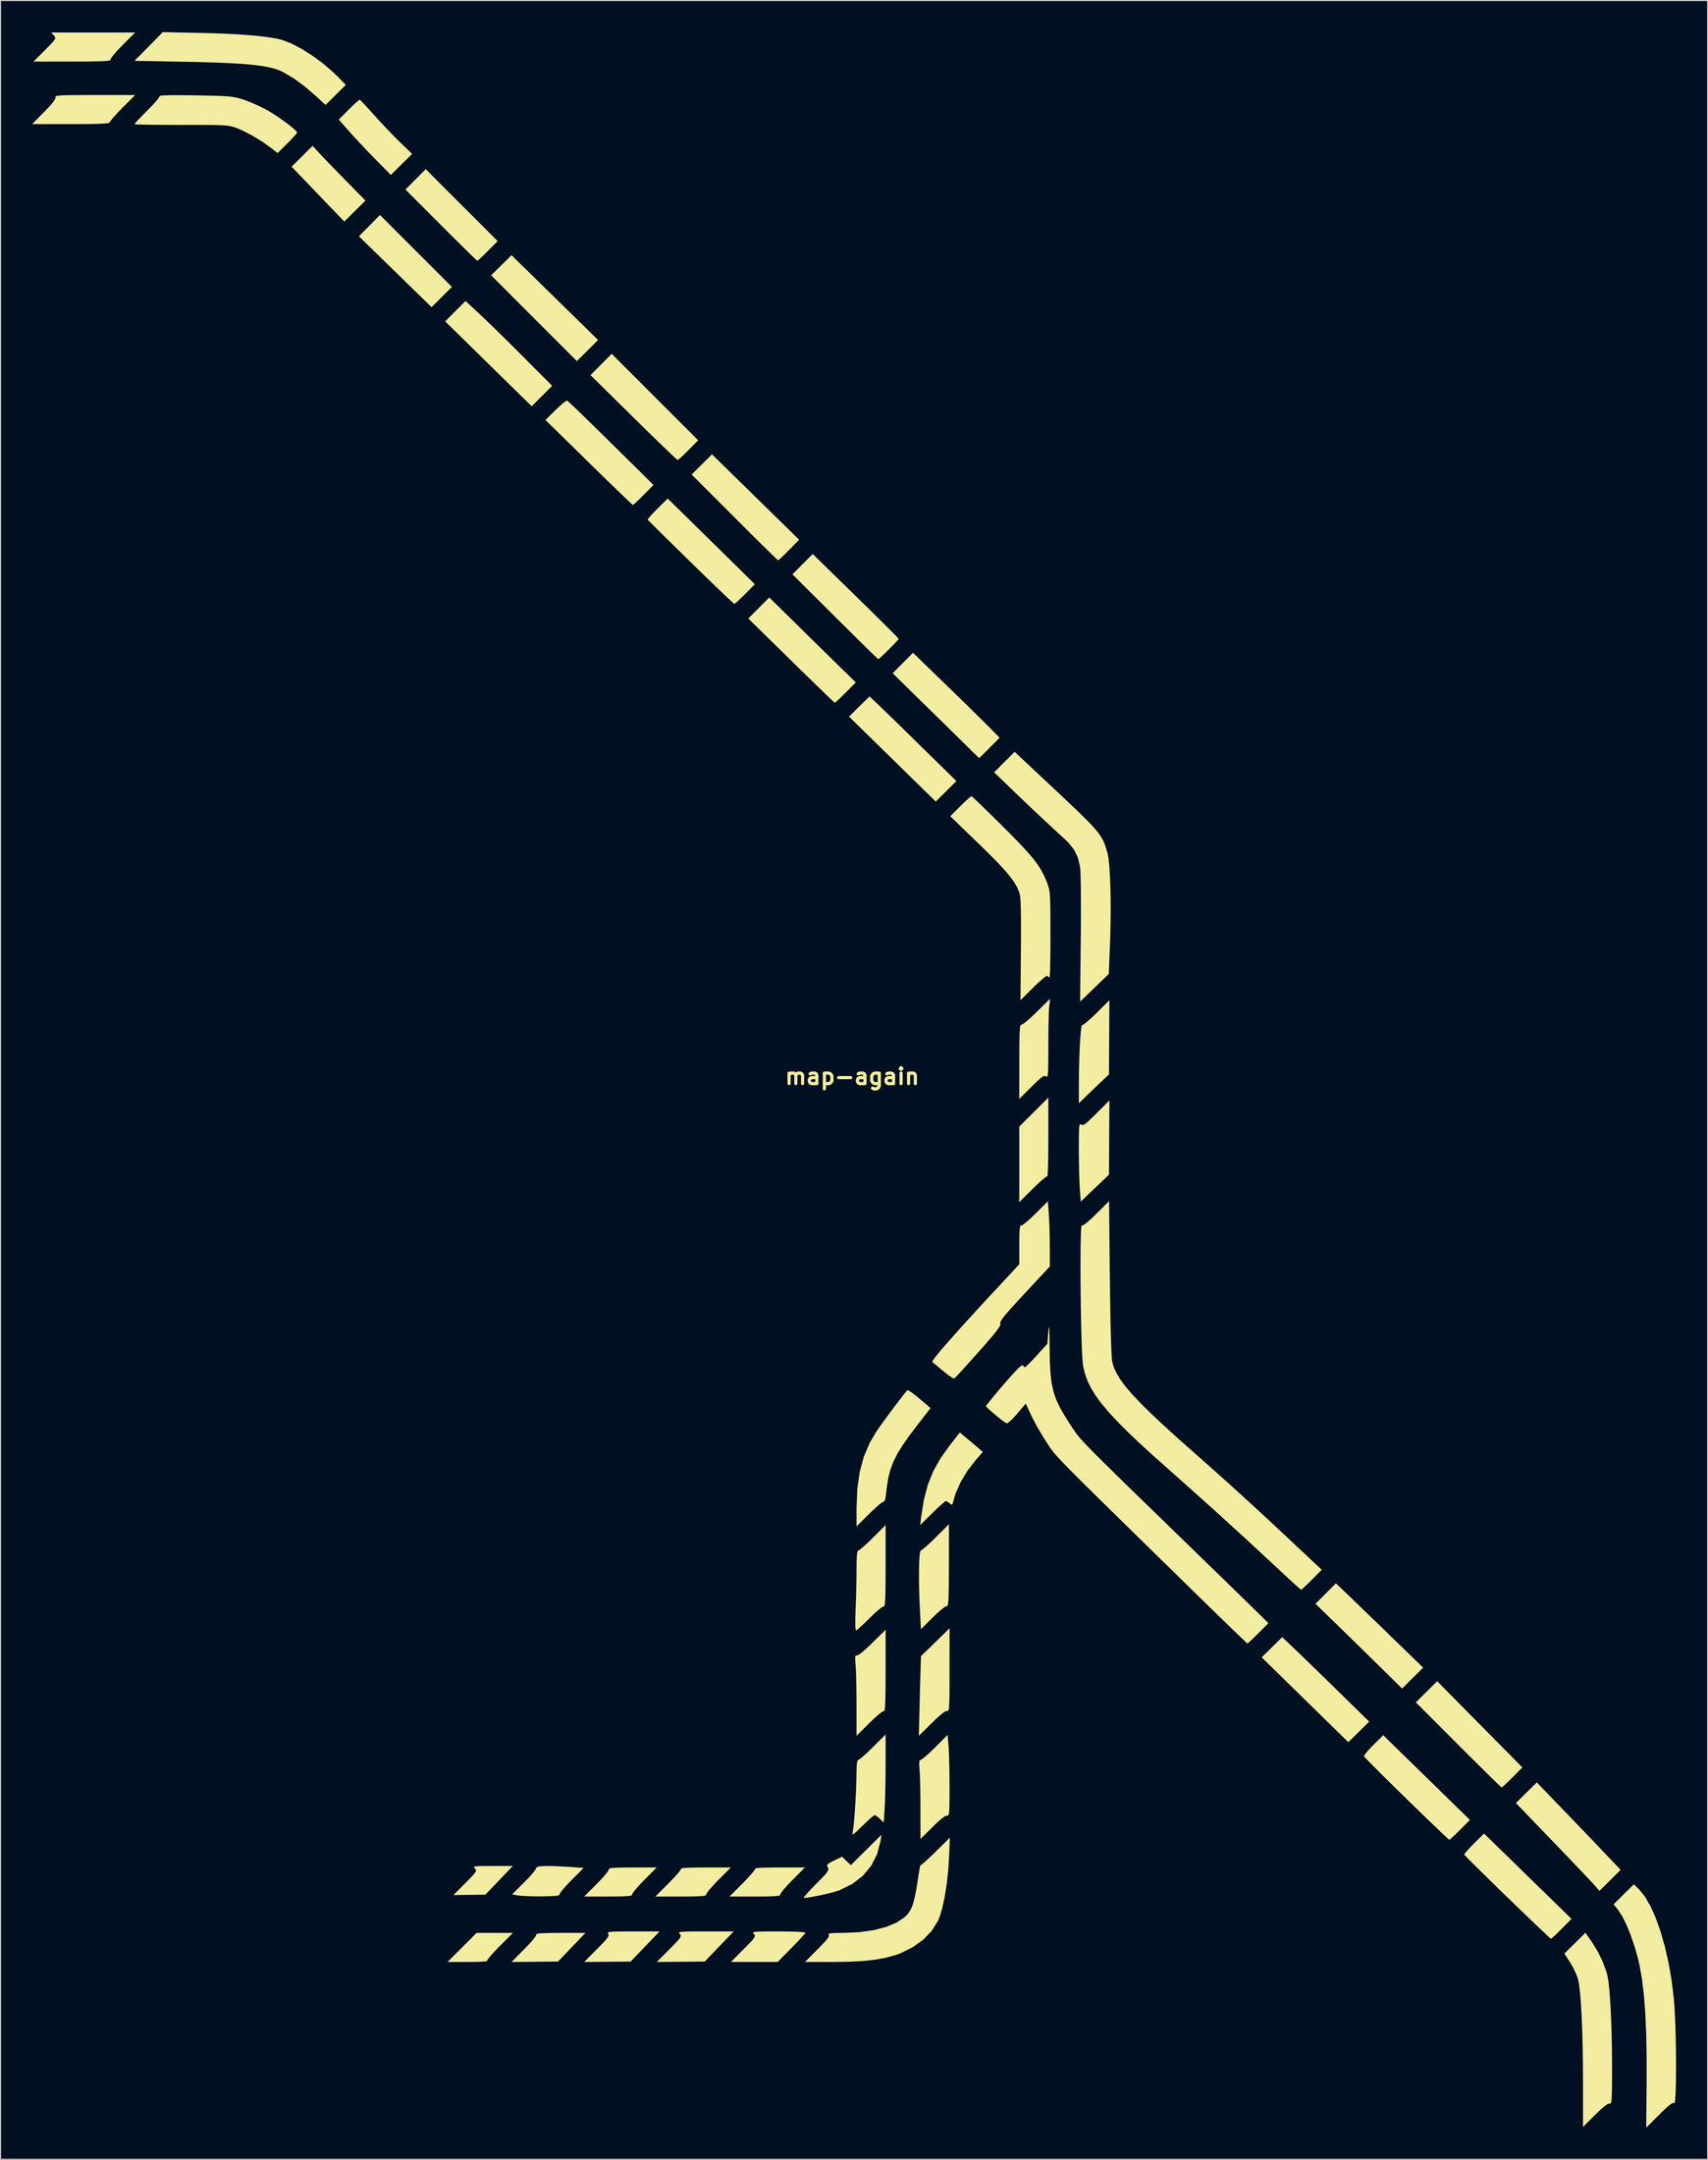
<source format=kicad_pcb>
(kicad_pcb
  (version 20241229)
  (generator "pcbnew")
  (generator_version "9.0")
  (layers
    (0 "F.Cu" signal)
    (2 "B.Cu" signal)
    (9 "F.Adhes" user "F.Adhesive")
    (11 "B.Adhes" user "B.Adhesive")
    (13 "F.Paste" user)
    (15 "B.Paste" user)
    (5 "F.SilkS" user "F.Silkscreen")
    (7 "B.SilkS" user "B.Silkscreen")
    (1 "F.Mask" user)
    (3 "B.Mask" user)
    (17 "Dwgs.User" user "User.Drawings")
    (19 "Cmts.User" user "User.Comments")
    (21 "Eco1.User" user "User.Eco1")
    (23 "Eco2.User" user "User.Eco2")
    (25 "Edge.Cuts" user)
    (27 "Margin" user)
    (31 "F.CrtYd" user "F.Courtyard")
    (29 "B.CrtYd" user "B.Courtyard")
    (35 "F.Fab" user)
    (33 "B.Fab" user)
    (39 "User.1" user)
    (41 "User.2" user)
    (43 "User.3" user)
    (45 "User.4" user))
  (footprint "map-again"
    (layer "F.Cu")
    (at 77.919 99.15)
    (property "Reference" "map-again" (at 0 0 0) (layer "F.SilkS") (effects (font (size 1.5 1.5) (thickness 0.3))))
    (attr board_only exclude_from_pos_files exclude_from_bom)
    (fp_poly (pts (xy -41.448 -78.374) (xy -38.033 -74.958) (xy -38.998 -73.996) (xy -39.964 -73.034) (xy -43.415 -76.401) (xy -46.866 -79.767) (xy -45.865 -80.778) (xy -44.863 -81.789)) (stroke (width 0) (type solid)) (fill yes) (layer "F.SilkS"))
    (fp_poly (pts (xy -28.256 -73.947) (xy -24.142 -69.919) (xy -25.153 -68.919) (xy -26.163 -67.92) (xy -30.233 -71.991) (xy -34.302 -76.062) (xy -33.336 -77.018) (xy -32.371 -77.974)) (stroke (width 0) (type solid)) (fill yes) (layer "F.SilkS"))
    (fp_poly (pts (xy -50.729 -87.766) (xy -50.464 -87.482) (xy -50.046 -87.044) (xy -49.514 -86.492) (xy -48.908 -85.869) (xy -48.27 -85.217) (xy -48.221 -85.166) (xy -46.25 -83.158) (xy -47.253 -82.163) (xy -48.255 -81.167) (xy -50.76 -83.77) (xy -53.265 -86.373) (xy -52.266 -87.365) (xy -51.267 -88.357)) (stroke (width 0) (type solid)) (fill yes) (layer "F.SilkS"))
    (fp_poly (pts (xy -35.383 -72.368) (xy -34.911 -71.922) (xy -34.288 -71.322) (xy -33.558 -70.61) (xy -32.763 -69.828) (xy -31.947 -69.019) (xy -31.268 -68.341) (xy -28.508 -65.571) (xy -29.48 -64.599) (xy -30.452 -63.627) (xy -34.562 -67.659) (xy -38.673 -71.69) (xy -37.706 -72.658) (xy -36.738 -73.625)) (stroke (width 0) (type solid)) (fill yes) (layer "F.SilkS"))
    (fp_poly (pts (xy 2.723 -35.06) (xy 3.1 -34.698) (xy 3.638 -34.177) (xy 4.301 -33.532) (xy 5.051 -32.799) (xy 5.854 -32.014) (xy 6.674 -31.21) (xy 6.847 -31.04) (xy 9.897 -28.043) (xy 8.917 -27.072) (xy 7.938 -26.102) (xy 3.819 -30.134) (xy -0.3 -34.166) (xy 0.674 -35.125) (xy 1.649 -36.083)) (stroke (width 0) (type solid)) (fill yes) (layer "F.SilkS"))
    (fp_poly (pts (xy 8.93 -37.169) (xy 9.756 -36.367) (xy 10.565 -35.579) (xy 11.324 -34.838) (xy 11.998 -34.176) (xy 12.552 -33.629) (xy 12.953 -33.23) (xy 13.043 -33.14) (xy 14.007 -32.162) (xy 13.036 -31.191) (xy 12.066 -30.221) (xy 7.955 -34.252) (xy 3.844 -38.284) (xy 4.812 -39.252) (xy 5.781 -40.22)) (stroke (width 0) (type solid)) (fill yes) (layer "F.SilkS"))
    (fp_poly (pts (xy 41.649 53.979) (xy 41.943 54.258) (xy 42.404 54.7) (xy 43 55.277) (xy 43.703 55.958) (xy 44.48 56.714) (xy 45.302 57.515) (xy 45.785 57.988) (xy 49.122 61.251) (xy 48.132 62.229) (xy 47.142 63.206) (xy 43.025 59.177) (xy 38.907 55.148) (xy 39.879 54.191) (xy 40.85 53.234)) (stroke (width 0) (type solid)) (fill yes) (layer "F.SilkS"))
    (fp_poly (pts (xy -33.517 82.592) (xy -33.984 83.074) (xy -34.359 83.489) (xy -34.61 83.797) (xy -34.703 83.96) (xy -34.699 83.972) (xy -34.793 84.007) (xy -35.117 84.036) (xy -35.624 84.057) (xy -36.268 84.068) (xy -36.521 84.068) (xy -38.44 84.068) (xy -37.065 82.688) (xy -35.689 81.308) (xy -33.964 81.308) (xy -32.239 81.308)) (stroke (width 0) (type solid)) (fill yes) (layer "F.SilkS"))
    (fp_poly (pts (xy -26.65 82.669) (xy -27.954 84.031) (xy -30.16 84.05) (xy -32.365 84.068) (xy -31.143 82.841) (xy -30.667 82.343) (xy -30.3 81.923) (xy -30.072 81.616) (xy -30.015 81.461) (xy -30.015 81.46) (xy -29.961 81.4) (xy -29.699 81.356) (xy -29.213 81.327) (xy -28.484 81.311) (xy -27.728 81.308) (xy -25.346 81.308)) (stroke (width 0) (type solid)) (fill yes) (layer "F.SilkS"))
    (fp_poly (pts (xy -37.103 -82.726) (xy -33.685 -79.31) (xy -34.612 -78.376) (xy -35.018 -77.974) (xy -35.351 -77.659) (xy -35.563 -77.473) (xy -35.613 -77.442) (xy -35.724 -77.537) (xy -36.007 -77.804) (xy -36.44 -78.223) (xy -36.998 -78.771) (xy -37.661 -79.425) (xy -38.404 -80.163) (xy -39.065 -80.823) (xy -42.444 -84.204) (xy -41.482 -85.173) (xy -40.52 -86.142)) (stroke (width 0) (type solid)) (fill yes) (layer "F.SilkS"))
    (fp_poly (pts (xy -18.743 -64.504) (xy -14.635 -60.398) (xy -15.562 -59.464) (xy -15.972 -59.061) (xy -16.311 -58.746) (xy -16.534 -58.561) (xy -16.589 -58.53) (xy -16.706 -58.624) (xy -16.998 -58.892) (xy -17.444 -59.314) (xy -18.023 -59.87) (xy -18.714 -60.539) (xy -19.496 -61.301) (xy -20.348 -62.136) (xy -20.776 -62.558) (xy -24.863 -66.585) (xy -23.857 -67.597) (xy -22.851 -68.61)) (stroke (width 0) (type solid)) (fill yes) (layer "F.SilkS"))
    (fp_poly (pts (xy -9.18 -55.01) (xy -5.039 -50.956) (xy -6.001 -49.981) (xy -6.415 -49.568) (xy -6.756 -49.242) (xy -6.978 -49.045) (xy -7.037 -49.005) (xy -7.148 -49.1) (xy -7.432 -49.37) (xy -7.87 -49.795) (xy -8.44 -50.354) (xy -9.123 -51.028) (xy -9.897 -51.796) (xy -10.742 -52.639) (xy -11.181 -53.078) (xy -15.252 -57.15) (xy -14.286 -58.107) (xy -13.321 -59.064)) (stroke (width 0) (type solid)) (fill yes) (layer "F.SilkS"))
    (fp_poly (pts (xy 18.636 5.789) (xy 18.633 6.772) (xy 18.623 7.654) (xy 18.608 8.399) (xy 18.589 8.974) (xy 18.567 9.344) (xy 18.542 9.476) (xy 18.539 9.475) (xy 18.412 9.53) (xy 18.131 9.751) (xy 17.735 10.103) (xy 17.264 10.553) (xy 17.159 10.657) (xy 15.875 11.935) (xy 15.875 8.346) (xy 15.875 4.757) (xy 17.255 3.382) (xy 18.636 2.007)) (stroke (width 0) (type solid)) (fill yes) (layer "F.SilkS"))
    (fp_poly (pts (xy 59.626 61.506) (xy 63.673 65.598) (xy 62.727 66.55) (xy 62.317 66.957) (xy 61.98 67.277) (xy 61.763 67.468) (xy 61.708 67.503) (xy 61.598 67.409) (xy 61.314 67.139) (xy 60.876 66.715) (xy 60.306 66.155) (xy 59.624 65.482) (xy 58.851 64.715) (xy 58.008 63.875) (xy 57.596 63.463) (xy 53.558 59.423) (xy 54.569 58.419) (xy 55.58 57.415)) (stroke (width 0) (type solid)) (fill yes) (layer "F.SilkS"))
    (fp_poly (pts (xy -33.552 76.319) (xy -34.856 77.681) (xy -36.371 77.7) (xy -37.887 77.718) (xy -36.75 76.576) (xy -36.267 76.086) (xy -35.956 75.749) (xy -35.789 75.526) (xy -35.743 75.377) (xy -35.79 75.263) (xy -35.851 75.195) (xy -35.93 75.101) (xy -35.921 75.036) (xy -35.788 74.994) (xy -35.495 74.971) (xy -35.003 74.96) (xy -34.277 74.958) (xy -34.168 74.958) (xy -32.248 74.958)) (stroke (width 0) (type solid)) (fill yes) (layer "F.SilkS"))
    (fp_poly (pts (xy -19.678 82.6) (xy -21.052 84.031) (xy -23.257 84.05) (xy -25.463 84.068) (xy -24.235 82.834) (xy -23.723 82.312) (xy -23.386 81.944) (xy -23.198 81.694) (xy -23.134 81.527) (xy -23.168 81.407) (xy -23.185 81.385) (xy -23.225 81.309) (xy -23.177 81.253) (xy -23.009 81.214) (xy -22.688 81.189) (xy -22.178 81.176) (xy -21.448 81.17) (xy -20.834 81.17) (xy -18.305 81.17)) (stroke (width 0) (type solid)) (fill yes) (layer "F.SilkS"))
    (fp_poly (pts (xy -12.638 82.6) (xy -14.011 84.031) (xy -16.286 84.05) (xy -18.561 84.068) (xy -17.355 82.857) (xy -16.855 82.35) (xy -16.526 81.998) (xy -16.343 81.763) (xy -16.281 81.607) (xy -16.314 81.491) (xy -16.387 81.407) (xy -16.454 81.326) (xy -16.448 81.265) (xy -16.336 81.223) (xy -16.086 81.195) (xy -15.664 81.179) (xy -15.039 81.172) (xy -14.178 81.17) (xy -13.945 81.17) (xy -11.265 81.17)) (stroke (width 0) (type solid)) (fill yes) (layer "F.SilkS"))
    (fp_poly (pts (xy 24.415 -3.724) (xy 24.396 -0.207) (xy 22.965 1.166) (xy 21.535 2.539) (xy 21.535 0.877) (xy 21.542 -0.12) (xy 21.561 -1.112) (xy 21.591 -2.06) (xy 21.63 -2.93) (xy 21.675 -3.683) (xy 21.725 -4.282) (xy 21.777 -4.692) (xy 21.83 -4.874) (xy 21.847 -4.878) (xy 21.989 -4.939) (xy 22.281 -5.164) (xy 22.683 -5.518) (xy 23.153 -5.967) (xy 23.206 -6.019) (xy 24.434 -7.242)) (stroke (width 0) (type solid)) (fill yes) (layer "F.SilkS"))
    (fp_poly (pts (xy 46.964 49.081) (xy 47.321 49.422) (xy 47.841 49.923) (xy 48.489 50.548) (xy 49.231 51.266) (xy 50.033 52.041) (xy 50.859 52.841) (xy 51.108 53.083) (xy 54.247 56.126) (xy 53.248 57.118) (xy 52.249 58.11) (xy 50.041 55.938) (xy 49.239 55.15) (xy 48.352 54.281) (xy 47.451 53.401) (xy 46.608 52.579) (xy 45.924 51.914) (xy 44.016 50.063) (xy 44.987 49.092) (xy 45.958 48.121)) (stroke (width 0) (type solid)) (fill yes) (layer "F.SilkS"))
    (fp_poly (pts (xy 67.109 69.16) (xy 67.893 69.972) (xy 68.771 70.885) (xy 69.669 71.82) (xy 70.511 72.7) (xy 71.094 73.311) (xy 73.011 75.323) (xy 72.005 76.323) (xy 70.999 77.322) (xy 70.542 76.796) (xy 70.341 76.575) (xy 69.974 76.183) (xy 69.465 75.645) (xy 68.839 74.987) (xy 68.122 74.236) (xy 67.338 73.419) (xy 66.573 72.624) (xy 63.061 68.98) (xy 64.051 68) (xy 65.041 67.02)) (stroke (width 0) (type solid)) (fill yes) (layer "F.SilkS"))
    (fp_poly (pts (xy -69.352 -97.887) (xy -69.829 -97.39) (xy -70.196 -96.969) (xy -70.423 -96.663) (xy -70.481 -96.508) (xy -70.48 -96.507) (xy -70.538 -96.457) (xy -70.791 -96.419) (xy -71.255 -96.389) (xy -71.947 -96.37) (xy -72.882 -96.358) (xy -74.077 -96.354) (xy -74.083 -96.354) (xy -77.781 -96.354) (xy -76.688 -97.453) (xy -76.217 -97.931) (xy -75.915 -98.256) (xy -75.757 -98.471) (xy -75.717 -98.618) (xy -75.77 -98.739) (xy -75.85 -98.834) (xy -76.105 -99.115) (xy -72.117 -99.115) (xy -68.13 -99.115)) (stroke (width 0) (type solid)) (fill yes) (layer "F.SilkS"))
    (fp_poly (pts (xy -46.662 -92.621) (xy -46.395 -92.342) (xy -46.017 -91.932) (xy -45.562 -91.43) (xy -45.398 -91.246) (xy -44.796 -90.586) (xy -44.129 -89.878) (xy -43.48 -89.209) (xy -42.959 -88.692) (xy -41.813 -87.589) (xy -42.824 -86.588) (xy -43.834 -85.588) (xy -45.361 -87.14) (xy -45.985 -87.784) (xy -46.633 -88.464) (xy -47.236 -89.111) (xy -47.729 -89.653) (xy -47.832 -89.77) (xy -48.776 -90.847) (xy -47.824 -91.807) (xy -47.41 -92.212) (xy -47.068 -92.524) (xy -46.842 -92.705) (xy -46.781 -92.732)) (stroke (width 0) (type solid)) (fill yes) (layer "F.SilkS"))
    (fp_poly (pts (xy -19.795 76.323) (xy -20.271 76.821) (xy -20.638 77.242) (xy -20.866 77.548) (xy -20.923 77.703) (xy -20.923 77.704) (xy -20.977 77.765) (xy -21.239 77.809) (xy -21.727 77.838) (xy -22.458 77.853) (xy -23.146 77.857) (xy -25.463 77.857) (xy -24.241 76.629) (xy -23.765 76.131) (xy -23.397 75.711) (xy -23.17 75.404) (xy -23.113 75.249) (xy -23.113 75.248) (xy -23.059 75.188) (xy -22.797 75.143) (xy -22.309 75.114) (xy -21.578 75.099) (xy -20.89 75.096) (xy -18.573 75.096)) (stroke (width 0) (type solid)) (fill yes) (layer "F.SilkS"))
    (fp_poly (pts (xy -12.755 76.323) (xy -13.231 76.821) (xy -13.598 77.242) (xy -13.826 77.548) (xy -13.883 77.703) (xy -13.882 77.704) (xy -13.937 77.763) (xy -14.198 77.807) (xy -14.682 77.836) (xy -15.408 77.852) (xy -16.244 77.857) (xy -18.699 77.857) (xy -17.421 76.573) (xy -16.954 76.09) (xy -16.579 75.675) (xy -16.328 75.367) (xy -16.235 75.204) (xy -16.239 75.192) (xy -16.14 75.161) (xy -15.808 75.134) (xy -15.283 75.113) (xy -14.608 75.1) (xy -13.934 75.096) (xy -11.532 75.096)) (stroke (width 0) (type solid)) (fill yes) (layer "F.SilkS"))
    (fp_poly (pts (xy -5.714 76.323) (xy -6.191 76.821) (xy -6.558 77.242) (xy -6.785 77.548) (xy -6.843 77.703) (xy -6.842 77.704) (xy -6.897 77.763) (xy -7.158 77.807) (xy -7.642 77.836) (xy -8.368 77.852) (xy -9.204 77.857) (xy -11.659 77.857) (xy -10.381 76.573) (xy -9.914 76.09) (xy -9.539 75.675) (xy -9.288 75.367) (xy -9.195 75.204) (xy -9.198 75.192) (xy -9.1 75.161) (xy -8.768 75.134) (xy -8.243 75.113) (xy -7.568 75.1) (xy -6.894 75.096) (xy -4.492 75.096)) (stroke (width 0) (type solid)) (fill yes) (layer "F.SilkS"))
    (fp_poly (pts (xy 24.415 5.801) (xy 24.396 9.318) (xy 23.056 10.601) (xy 21.715 11.884) (xy 21.625 10.614) (xy 21.594 10.038) (xy 21.568 9.264) (xy 21.549 8.372) (xy 21.537 7.441) (xy 21.535 6.864) (xy 21.537 5.981) (xy 21.545 5.341) (xy 21.562 4.909) (xy 21.592 4.652) (xy 21.638 4.537) (xy 21.702 4.53) (xy 21.75 4.562) (xy 21.865 4.613) (xy 22.019 4.571) (xy 22.249 4.411) (xy 22.59 4.106) (xy 23.078 3.632) (xy 23.199 3.512) (xy 24.434 2.283)) (stroke (width 0) (type solid)) (fill yes) (layer "F.SilkS"))
    (fp_poly (pts (xy -4.801 -42.452) (xy -3.983 -41.648) (xy -3.175 -40.855) (xy -2.415 -40.108) (xy -1.736 -39.443) (xy -1.175 -38.893) (xy -0.766 -38.493) (xy -0.693 -38.421) (xy 0.34 -37.412) (xy -0.62 -36.445) (xy -1.034 -36.036) (xy -1.374 -35.714) (xy -1.595 -35.521) (xy -1.653 -35.485) (xy -1.764 -35.58) (xy -2.051 -35.848) (xy -2.492 -36.27) (xy -3.068 -36.824) (xy -3.756 -37.492) (xy -4.536 -38.252) (xy -5.388 -39.084) (xy -5.798 -39.486) (xy -9.87 -43.479) (xy -8.873 -44.477) (xy -7.877 -45.475)) (stroke (width 0) (type solid)) (fill yes) (layer "F.SilkS"))
    (fp_poly (pts (xy -28.176 74.971) (xy -27.153 75.024) (xy -26.791 75.048) (xy -25.517 75.138) (xy -26.718 76.345) (xy -27.19 76.838) (xy -27.552 77.254) (xy -27.773 77.556) (xy -27.825 77.704) (xy -27.918 77.756) (xy -28.231 77.796) (xy -28.71 77.824) (xy -29.299 77.84) (xy -29.943 77.842) (xy -30.587 77.83) (xy -31.175 77.805) (xy -31.652 77.765) (xy -31.858 77.735) (xy -32.312 77.649) (xy -31.132 76.477) (xy -30.68 76.01) (xy -30.32 75.601) (xy -30.087 75.294) (xy -30.018 75.132) (xy -30.018 75.131) (xy -29.927 75.036) (xy -29.579 74.977) (xy -28.99 74.955)) (stroke (width 0) (type solid)) (fill yes) (layer "F.SilkS"))
    (fp_poly (pts (xy -26.96 -64.067) (xy -26.66 -63.788) (xy -26.207 -63.356) (xy -25.622 -62.792) (xy -24.927 -62.116) (xy -24.143 -61.349) (xy -23.291 -60.512) (xy -22.912 -60.139) (xy -18.877 -56.157) (xy -19.823 -55.204) (xy -20.233 -54.798) (xy -20.57 -54.479) (xy -20.787 -54.291) (xy -20.841 -54.257) (xy -20.952 -54.352) (xy -21.239 -54.621) (xy -21.681 -55.042) (xy -22.257 -55.597) (xy -22.947 -56.265) (xy -23.729 -57.026) (xy -24.583 -57.859) (xy -25.028 -58.295) (xy -29.143 -62.327) (xy -28.183 -63.275) (xy -27.761 -63.674) (xy -27.403 -63.979) (xy -27.158 -64.15) (xy -27.085 -64.172)) (stroke (width 0) (type solid)) (fill yes) (layer "F.SilkS"))
    (fp_poly (pts (xy -6.077 81.176) (xy -5.341 81.195) (xy -4.807 81.225) (xy -4.502 81.265) (xy -4.44 81.3) (xy -4.55 81.442) (xy -4.816 81.739) (xy -5.202 82.151) (xy -5.671 82.637) (xy -5.782 82.749) (xy -7.077 84.068) (xy -9.299 84.068) (xy -11.521 84.068) (xy -10.315 82.857) (xy -9.815 82.35) (xy -9.486 81.998) (xy -9.303 81.763) (xy -9.241 81.607) (xy -9.274 81.491) (xy -9.346 81.407) (xy -9.415 81.324) (xy -9.409 81.263) (xy -9.295 81.221) (xy -9.041 81.194) (xy -8.613 81.178) (xy -7.979 81.171) (xy -7.105 81.17) (xy -6.989 81.17)) (stroke (width 0) (type solid)) (fill yes) (layer "F.SilkS"))
    (fp_poly (pts (xy 0.334 -45.615) (xy 1.211 -44.756) (xy 2.024 -43.957) (xy 2.752 -43.239) (xy 3.373 -42.622) (xy 3.868 -42.125) (xy 4.216 -41.771) (xy 4.397 -41.579) (xy 4.417 -41.551) (xy 4.326 -41.427) (xy 4.087 -41.166) (xy 3.753 -40.82) (xy 3.376 -40.443) (xy 3.009 -40.085) (xy 2.704 -39.799) (xy 2.515 -39.639) (xy 2.481 -39.621) (xy 2.373 -39.716) (xy 2.089 -39.985) (xy 1.652 -40.409) (xy 1.082 -40.967) (xy 0.399 -41.639) (xy -0.375 -42.403) (xy -1.22 -43.241) (xy -1.63 -43.649) (xy -5.677 -47.675) (xy -4.713 -48.638) (xy -3.75 -49.602)) (stroke (width 0) (type solid)) (fill yes) (layer "F.SilkS"))
    (fp_poly (pts (xy 54.572 66.561) (xy 58.688 70.583) (xy 57.75 71.528) (xy 57.341 71.933) (xy 57.005 72.251) (xy 56.788 72.44) (xy 56.734 72.473) (xy 56.622 72.38) (xy 56.334 72.114) (xy 55.89 71.695) (xy 55.314 71.144) (xy 54.625 70.482) (xy 53.846 69.728) (xy 52.997 68.903) (xy 52.658 68.573) (xy 51.788 67.722) (xy 50.981 66.928) (xy 50.259 66.213) (xy 49.643 65.597) (xy 49.153 65.102) (xy 48.811 64.749) (xy 48.639 64.56) (xy 48.622 64.535) (xy 48.698 64.384) (xy 48.932 64.092) (xy 49.283 63.709) (xy 49.52 63.469) (xy 50.455 62.54)) (stroke (width 0) (type solid)) (fill yes) (layer "F.SilkS"))
    (fp_poly (pts (xy 64.188 75.926) (xy 68.344 79.977) (xy 67.409 80.918) (xy 67 81.323) (xy 66.662 81.64) (xy 66.442 81.828) (xy 66.388 81.86) (xy 66.273 81.767) (xy 65.982 81.501) (xy 65.535 81.083) (xy 64.955 80.533) (xy 64.262 79.871) (xy 63.478 79.116) (xy 62.624 78.291) (xy 62.243 77.921) (xy 61.365 77.068) (xy 60.552 76.273) (xy 59.822 75.558) (xy 59.199 74.943) (xy 58.701 74.449) (xy 58.352 74.097) (xy 58.171 73.907) (xy 58.15 73.881) (xy 58.226 73.746) (xy 58.461 73.467) (xy 58.814 73.09) (xy 59.073 72.827) (xy 60.032 71.875)) (stroke (width 0) (type solid)) (fill yes) (layer "F.SilkS"))
    (fp_poly (pts (xy -69.335 -91.969) (xy -69.797 -91.492) (xy -70.177 -91.074) (xy -70.437 -90.76) (xy -70.54 -90.592) (xy -70.54 -90.588) (xy -70.605 -90.535) (xy -70.814 -90.493) (xy -71.191 -90.461) (xy -71.761 -90.439) (xy -72.546 -90.426) (xy -73.571 -90.419) (xy -74.23 -90.418) (xy -77.919 -90.418) (xy -76.764 -91.58) (xy -76.206 -92.163) (xy -75.854 -92.586) (xy -75.697 -92.861) (xy -75.693 -92.96) (xy -75.696 -93.025) (xy -75.628 -93.076) (xy -75.462 -93.114) (xy -75.168 -93.142) (xy -74.718 -93.161) (xy -74.083 -93.172) (xy -73.233 -93.178) (xy -72.141 -93.179) (xy -71.954 -93.179) (xy -68.13 -93.179)) (stroke (width 0) (type solid)) (fill yes) (layer "F.SilkS"))
    (fp_poly (pts (xy 9.185 46.431) (xy 9.182 47.6) (xy 9.173 48.519) (xy 9.159 49.214) (xy 9.138 49.712) (xy 9.109 50.038) (xy 9.069 50.22) (xy 9.019 50.282) (xy 8.995 50.28) (xy 8.824 50.344) (xy 8.505 50.579) (xy 8.076 50.954) (xy 7.671 51.343) (xy 6.532 52.476) (xy 6.441 50.788) (xy 6.392 49.707) (xy 6.36 48.657) (xy 6.346 47.676) (xy 6.35 46.796) (xy 6.37 46.054) (xy 6.405 45.485) (xy 6.457 45.122) (xy 6.52 45.002) (xy 6.677 44.909) (xy 6.984 44.656) (xy 7.399 44.28) (xy 7.879 43.818) (xy 7.94 43.757) (xy 9.191 42.512)) (stroke (width 0) (type solid)) (fill yes) (layer "F.SilkS"))
    (fp_poly (pts (xy 9.249 56.355) (xy 9.248 57.509) (xy 9.243 58.415) (xy 9.233 59.102) (xy 9.216 59.598) (xy 9.191 59.931) (xy 9.157 60.13) (xy 9.11 60.223) (xy 9.051 60.238) (xy 9.03 60.232) (xy 8.842 60.275) (xy 8.514 60.504) (xy 8.033 60.929) (xy 7.571 61.375) (xy 6.331 62.603) (xy 6.427 58.807) (xy 6.453 57.815) (xy 6.477 56.92) (xy 6.5 56.157) (xy 6.519 55.561) (xy 6.534 55.168) (xy 6.544 55.012) (xy 6.544 55.01) (xy 6.645 54.92) (xy 6.907 54.671) (xy 7.292 54.299) (xy 7.766 53.84) (xy 7.907 53.702) (xy 9.249 52.393)) (stroke (width 0) (type solid)) (fill yes) (layer "F.SilkS"))
    (fp_poly (pts (xy 11.017 34.457) (xy 11.451 34.822) (xy 11.841 35.152) (xy 12.103 35.378) (xy 12.106 35.382) (xy 12.41 35.65) (xy 11.767 36.38) (xy 10.961 37.417) (xy 10.296 38.519) (xy 9.812 39.616) (xy 9.597 40.359) (xy 9.522 40.623) (xy 9.419 40.653) (xy 9.266 40.531) (xy 9.027 40.357) (xy 8.896 40.309) (xy 8.754 40.4) (xy 8.462 40.65) (xy 8.061 41.018) (xy 7.617 41.448) (xy 6.462 42.586) (xy 6.552 41.827) (xy 6.807 40.209) (xy 7.181 38.784) (xy 7.7 37.486) (xy 8.393 36.246) (xy 9.285 34.998) (xy 9.324 34.948) (xy 10.231 33.801)) (stroke (width 0) (type solid)) (fill yes) (layer "F.SilkS"))
    (fp_poly (pts (xy 3.175 56.436) (xy 3.172 57.669) (xy 3.161 58.642) (xy 3.142 59.37) (xy 3.115 59.871) (xy 3.078 60.159) (xy 3.032 60.25) (xy 3.022 60.247) (xy 2.869 60.302) (xy 2.564 60.528) (xy 2.144 60.894) (xy 1.647 61.37) (xy 1.642 61.375) (xy 0.414 62.597) (xy 0.413 59.701) (xy 0.408 58.763) (xy 0.396 57.853) (xy 0.377 57.031) (xy 0.353 56.359) (xy 0.326 55.894) (xy 0.322 55.854) (xy 0.284 55.351) (xy 0.291 55.072) (xy 0.349 54.968) (xy 0.427 54.976) (xy 0.606 54.911) (xy 0.943 54.664) (xy 1.41 54.256) (xy 1.898 53.789) (xy 3.175 52.531)) (stroke (width 0) (type solid)) (fill yes) (layer "F.SilkS"))
    (fp_poly (pts (xy -61.705 -99.069) (xy -59.9 -99.015) (xy -58.282 -98.934) (xy -56.87 -98.828) (xy -55.682 -98.698) (xy -54.736 -98.547) (xy -54.182 -98.416) (xy -53.297 -98.077) (xy -52.305 -97.558) (xy -51.266 -96.899) (xy -50.239 -96.139) (xy -49.285 -95.318) (xy -48.87 -94.914) (xy -48.114 -94.142) (xy -49.077 -93.187) (xy -50.041 -92.232) (xy -50.938 -93.067) (xy -52 -93.983) (xy -53.05 -94.753) (xy -54.032 -95.335) (xy -54.301 -95.466) (xy -54.769 -95.646) (xy -55.345 -95.8) (xy -56.051 -95.931) (xy -56.909 -96.041) (xy -57.943 -96.132) (xy -59.174 -96.206) (xy -60.624 -96.265) (xy -62.316 -96.313) (xy -63.322 -96.333) (xy -68.183 -96.423) (xy -66.843 -97.787) (xy -65.502 -99.15)) (stroke (width 0) (type solid)) (fill yes) (layer "F.SilkS"))
    (fp_poly (pts (xy -15.702 -53.075) (xy -15.024 -52.411) (xy -14.215 -51.617) (xy -13.34 -50.757) (xy -12.462 -49.894) (xy -11.648 -49.093) (xy -11.562 -49.008) (xy -9.251 -46.733) (xy -10.178 -45.798) (xy -10.587 -45.396) (xy -10.924 -45.08) (xy -11.143 -44.895) (xy -11.197 -44.864) (xy -11.312 -44.957) (xy -11.603 -45.224) (xy -12.049 -45.644) (xy -12.628 -46.196) (xy -13.319 -46.861) (xy -14.102 -47.618) (xy -14.954 -48.447) (xy -15.342 -48.826) (xy -16.217 -49.682) (xy -17.029 -50.478) (xy -17.757 -51.194) (xy -18.379 -51.809) (xy -18.876 -52.302) (xy -19.226 -52.653) (xy -19.409 -52.841) (xy -19.431 -52.866) (xy -19.354 -52.99) (xy -19.12 -53.261) (xy -18.768 -53.634) (xy -18.498 -53.906) (xy -17.53 -54.867)) (stroke (width 0) (type solid)) (fill yes) (layer "F.SilkS"))
    (fp_poly (pts (xy 2.688 72.611) (xy 2.362 73.846) (xy 1.803 74.939) (xy 1.021 75.877) (xy 0.026 76.649) (xy -1.174 77.244) (xy -1.283 77.285) (xy -1.721 77.422) (xy -2.313 77.575) (xy -2.977 77.726) (xy -3.631 77.858) (xy -4.192 77.953) (xy -4.578 77.994) (xy -4.605 77.995) (xy -4.57 77.904) (xy -4.369 77.655) (xy -4.032 77.283) (xy -3.59 76.824) (xy -3.45 76.682) (xy -2.922 76.147) (xy -2.567 75.766) (xy -2.358 75.503) (xy -2.268 75.322) (xy -2.271 75.184) (xy -2.316 75.094) (xy -2.389 74.931) (xy -2.338 74.798) (xy -2.12 74.646) (xy -1.729 74.446) (xy -0.97 74.074) (xy -0.551 74.476) (xy -0.132 74.877) (xy 1.327 73.433) (xy 2.786 71.99)) (stroke (width 0) (type solid)) (fill yes) (layer "F.SilkS"))
    (fp_poly (pts (xy 9.158 63.662) (xy 9.187 64.175) (xy 9.212 64.895) (xy 9.231 65.754) (xy 9.244 66.683) (xy 9.248 67.533) (xy 9.246 68.468) (xy 9.239 69.161) (xy 9.223 69.644) (xy 9.195 69.953) (xy 9.153 70.12) (xy 9.094 70.18) (xy 9.03 70.171) (xy 8.838 70.215) (xy 8.506 70.448) (xy 8.021 70.881) (xy 7.649 71.242) (xy 6.488 72.398) (xy 6.487 69.571) (xy 6.482 68.64) (xy 6.47 67.736) (xy 6.451 66.919) (xy 6.427 66.252) (xy 6.4 65.795) (xy 6.399 65.778) (xy 6.371 65.322) (xy 6.379 65.014) (xy 6.42 64.914) (xy 6.427 64.919) (xy 6.562 64.868) (xy 6.849 64.652) (xy 7.248 64.303) (xy 7.719 63.855) (xy 7.806 63.77) (xy 9.068 62.513)) (stroke (width 0) (type solid)) (fill yes) (layer "F.SilkS"))
    (fp_poly (pts (xy 18.721 -6.71) (xy 18.696 -6.374) (xy 18.674 -5.812) (xy 18.656 -5.076) (xy 18.643 -4.218) (xy 18.636 -3.288) (xy 18.636 -2.932) (xy 18.634 -1.928) (xy 18.628 -1.17) (xy 18.615 -0.626) (xy 18.593 -0.267) (xy 18.559 -0.061) (xy 18.512 0.023) (xy 18.449 0.014) (xy 18.421 -0.007) (xy 18.304 -0.059) (xy 18.147 -0.016) (xy 17.914 0.148) (xy 17.568 0.459) (xy 17.071 0.944) (xy 17.04 0.974) (xy 15.875 2.134) (xy 15.875 -1.426) (xy 15.879 -2.597) (xy 15.891 -3.508) (xy 15.911 -4.176) (xy 15.942 -4.618) (xy 15.982 -4.849) (xy 16.028 -4.891) (xy 16.18 -4.947) (xy 16.487 -5.174) (xy 16.913 -5.541) (xy 17.421 -6.02) (xy 17.494 -6.091) (xy 18.807 -7.385)) (stroke (width 0) (type solid)) (fill yes) (layer "F.SilkS"))
    (fp_poly (pts (xy 5.375 29.821) (xy 5.669 30.011) (xy 6.072 30.319) (xy 6.388 30.581) (xy 7.444 31.486) (xy 6.293 32.964) (xy 5.466 34.052) (xy 4.808 34.985) (xy 4.297 35.811) (xy 3.911 36.575) (xy 3.63 37.322) (xy 3.431 38.099) (xy 3.293 38.951) (xy 3.237 39.46) (xy 3.169 39.963) (xy 3.088 40.277) (xy 3.005 40.358) (xy 3.005 40.358) (xy 2.862 40.418) (xy 2.568 40.642) (xy 2.165 40.996) (xy 1.694 41.444) (xy 1.642 41.497) (xy 0.414 42.719) (xy 0.414 40.98) (xy 0.488 39.163) (xy 0.717 37.546) (xy 1.11 36.092) (xy 1.675 34.767) (xy 2.263 33.768) (xy 2.578 33.31) (xy 2.994 32.728) (xy 3.471 32.077) (xy 3.966 31.411) (xy 4.44 30.785) (xy 4.851 30.254) (xy 5.158 29.873) (xy 5.238 29.781)) (stroke (width 0) (type solid)) (fill yes) (layer "F.SilkS"))
    (fp_poly (pts (xy 3.174 65.297) (xy 3.169 66.263) (xy 3.156 67.237) (xy 3.137 68.147) (xy 3.112 68.921) (xy 3.084 69.476) (xy 2.995 70.827) (xy 2.629 70.477) (xy 2.355 70.245) (xy 2.156 70.129) (xy 2.135 70.126) (xy 1.989 70.217) (xy 1.696 70.463) (xy 1.303 70.823) (xy 0.987 71.127) (xy 0.531 71.572) (xy 0.24 71.841) (xy 0.081 71.953) (xy 0.024 71.926) (xy 0.036 71.777) (xy 0.062 71.645) (xy 0.121 71.232) (xy 0.184 70.605) (xy 0.246 69.826) (xy 0.303 68.957) (xy 0.352 68.06) (xy 0.387 67.197) (xy 0.406 66.43) (xy 0.408 66.226) (xy 0.423 65.551) (xy 0.462 65.122) (xy 0.529 64.913) (xy 0.584 64.88) (xy 0.742 64.788) (xy 1.049 64.535) (xy 1.462 64.161) (xy 1.937 63.702) (xy 1.964 63.675) (xy 3.175 62.47)) (stroke (width 0) (type solid)) (fill yes) (layer "F.SilkS"))
    (fp_poly (pts (xy 3.175 46.485) (xy 3.173 47.664) (xy 3.165 48.592) (xy 3.15 49.293) (xy 3.127 49.791) (xy 3.096 50.11) (xy 3.055 50.275) (xy 3.002 50.311) (xy 3.001 50.311) (xy 2.842 50.377) (xy 2.536 50.608) (xy 2.128 50.966) (xy 1.662 51.416) (xy 1.658 51.419) (xy 1.195 51.875) (xy 0.795 52.249) (xy 0.504 52.502) (xy 0.361 52.595) (xy 0.361 52.595) (xy 0.316 52.462) (xy 0.294 52.088) (xy 0.294 51.504) (xy 0.318 50.744) (xy 0.323 50.627) (xy 0.359 49.697) (xy 0.388 48.653) (xy 0.407 47.631) (xy 0.414 46.831) (xy 0.421 46.036) (xy 0.445 45.487) (xy 0.488 45.156) (xy 0.553 45.013) (xy 0.584 45.002) (xy 0.742 44.91) (xy 1.049 44.657) (xy 1.462 44.283) (xy 1.937 43.824) (xy 1.964 43.797) (xy 3.175 42.592)) (stroke (width 0) (type solid)) (fill yes) (layer "F.SilkS"))
    (fp_poly (pts (xy 70.248 82.129) (xy 70.834 83.074) (xy 71.327 84.084) (xy 71.678 85.054) (xy 71.762 85.38) (xy 71.858 85.953) (xy 71.945 86.767) (xy 72.021 87.787) (xy 72.087 88.978) (xy 72.138 90.305) (xy 72.175 91.733) (xy 72.194 93.227) (xy 72.197 94.035) (xy 72.195 95.121) (xy 72.19 95.961) (xy 72.178 96.585) (xy 72.159 97.021) (xy 72.13 97.301) (xy 72.089 97.454) (xy 72.035 97.51) (xy 71.978 97.504) (xy 71.786 97.547) (xy 71.454 97.781) (xy 70.969 98.213) (xy 70.597 98.575) (xy 69.436 99.73) (xy 69.436 95.504) (xy 69.427 93.743) (xy 69.401 92.085) (xy 69.36 90.555) (xy 69.304 89.176) (xy 69.234 87.974) (xy 69.153 86.973) (xy 69.061 86.197) (xy 68.959 85.672) (xy 68.952 85.65) (xy 68.768 85.161) (xy 68.487 84.585) (xy 68.212 84.114) (xy 67.669 83.274) (xy 68.666 82.284) (xy 69.663 81.294)) (stroke (width 0) (type solid)) (fill yes) (layer "F.SilkS"))
    (fp_poly (pts (xy 74.746 77.162) (xy 75.303 77.841) (xy 75.84 78.763) (xy 76.346 79.894) (xy 76.811 81.2) (xy 77.225 82.649) (xy 77.578 84.208) (xy 77.86 85.842) (xy 78.061 87.518) (xy 78.122 88.279) (xy 78.171 89.138) (xy 78.211 90.096) (xy 78.241 91.116) (xy 78.262 92.165) (xy 78.273 93.209) (xy 78.275 94.213) (xy 78.268 95.142) (xy 78.252 95.963) (xy 78.226 96.641) (xy 78.192 97.142) (xy 78.148 97.432) (xy 78.103 97.484) (xy 77.99 97.453) (xy 77.799 97.544) (xy 77.503 97.78) (xy 77.07 98.183) (xy 76.688 98.558) (xy 75.441 99.801) (xy 75.479 95.516) (xy 75.481 93.073) (xy 75.439 90.889) (xy 75.354 88.948) (xy 75.222 87.237) (xy 75.045 85.74) (xy 74.82 84.444) (xy 74.674 83.802) (xy 74.348 82.638) (xy 73.972 81.535) (xy 73.57 80.547) (xy 73.162 79.726) (xy 72.776 79.134) (xy 72.349 78.594) (xy 73.306 77.644) (xy 74.264 76.694)) (stroke (width 0) (type solid)) (fill yes) (layer "F.SilkS"))
    (fp_poly (pts (xy 18.586 -27.87) (xy 19.736 -26.791) (xy 20.702 -25.88) (xy 21.503 -25.115) (xy 22.156 -24.475) (xy 22.68 -23.939) (xy 23.091 -23.485) (xy 23.41 -23.092) (xy 23.652 -22.74) (xy 23.837 -22.406) (xy 23.983 -22.07) (xy 24.108 -21.711) (xy 24.229 -21.308) (xy 24.256 -21.212) (xy 24.347 -20.741) (xy 24.423 -20.033) (xy 24.483 -19.125) (xy 24.526 -18.057) (xy 24.551 -16.867) (xy 24.557 -15.592) (xy 24.543 -14.272) (xy 24.507 -12.944) (xy 24.491 -12.523) (xy 24.378 -9.732) (xy 23.017 -8.421) (xy 21.657 -7.109) (xy 21.718 -13.045) (xy 21.729 -14.335) (xy 21.733 -15.57) (xy 21.731 -16.715) (xy 21.723 -17.737) (xy 21.71 -18.602) (xy 21.693 -19.275) (xy 21.67 -19.722) (xy 21.657 -19.85) (xy 21.452 -20.759) (xy 21.092 -21.516) (xy 20.528 -22.212) (xy 20.263 -22.468) (xy 19.128 -23.513) (xy 18.124 -24.447) (xy 17.172 -25.342) (xy 16.196 -26.27) (xy 15.405 -27.029) (xy 13.486 -28.875) (xy 14.459 -29.849) (xy 15.433 -30.822)) (stroke (width 0) (type solid)) (fill yes) (layer "F.SilkS"))
    (fp_poly (pts (xy 9.202 74.129) (xy 9.115 75.439) (xy 8.974 76.709) (xy 8.788 77.889) (xy 8.564 78.927) (xy 8.313 79.77) (xy 8.161 80.141) (xy 7.569 81.095) (xy 6.747 81.952) (xy 5.732 82.681) (xy 4.561 83.254) (xy 4.072 83.427) (xy 3.162 83.673) (xy 2.156 83.856) (xy 1.01 83.979) (xy -0.321 84.048) (xy -1.775 84.068) (xy -4.481 84.068) (xy -3.274 82.856) (xy -2.755 82.323) (xy -2.419 81.946) (xy -2.242 81.694) (xy -2.202 81.537) (xy -2.234 81.475) (xy -2.252 81.401) (xy -2.109 81.351) (xy -1.772 81.321) (xy -1.208 81.308) (xy -0.821 81.306) (xy 0.68 81.239) (xy 2.045 81.046) (xy 3.242 80.737) (xy 4.24 80.317) (xy 5.002 79.803) (xy 5.312 79.483) (xy 5.56 79.103) (xy 5.763 78.615) (xy 5.937 77.974) (xy 6.1 77.132) (xy 6.204 76.476) (xy 6.302 75.841) (xy 6.385 75.332) (xy 6.445 74.997) (xy 6.474 74.881) (xy 6.476 74.886) (xy 6.572 74.844) (xy 6.827 74.636) (xy 7.208 74.293) (xy 7.678 73.846) (xy 7.885 73.644) (xy 9.281 72.266)) (stroke (width 0) (type solid)) (fill yes) (layer "F.SilkS"))
    (fp_poly (pts (xy 18.683 13.125) (xy 18.72 13.787) (xy 18.749 14.613) (xy 18.768 15.492) (xy 18.774 16.219) (xy 18.774 18.04) (xy 16.361 20.629) (xy 15.599 21.451) (xy 15.013 22.098) (xy 14.583 22.591) (xy 14.294 22.952) (xy 14.125 23.204) (xy 14.061 23.369) (xy 14.072 23.451) (xy 14.078 23.567) (xy 13.993 23.756) (xy 13.8 24.043) (xy 13.48 24.45) (xy 13.016 25.002) (xy 12.391 25.719) (xy 11.998 26.164) (xy 11.378 26.859) (xy 10.816 27.483) (xy 10.338 28.005) (xy 9.97 28.398) (xy 9.741 28.632) (xy 9.677 28.685) (xy 9.524 28.62) (xy 9.217 28.413) (xy 8.811 28.1) (xy 8.609 27.934) (xy 8.182 27.579) (xy 7.842 27.296) (xy 7.64 27.13) (xy 7.608 27.104) (xy 7.656 26.971) (xy 7.888 26.649) (xy 8.298 26.145) (xy 8.878 25.467) (xy 9.621 24.624) (xy 10.519 23.625) (xy 11.565 22.477) (xy 12.752 21.188) (xy 13.477 20.407) (xy 15.875 17.83) (xy 15.875 15.947) (xy 15.883 15.132) (xy 15.907 14.575) (xy 15.949 14.254) (xy 16.01 14.153) (xy 16.028 14.158) (xy 16.181 14.104) (xy 16.486 13.878) (xy 16.905 13.513) (xy 17.387 13.052) (xy 18.593 11.851)) (stroke (width 0) (type solid)) (fill yes) (layer "F.SilkS"))
    (fp_poly (pts (xy -62.902 -93.156) (xy -62.379 -93.148) (xy -61.293 -93.127) (xy -60.44 -93.106) (xy -59.779 -93.08) (xy -59.266 -93.046) (xy -58.859 -92.999) (xy -58.515 -92.936) (xy -58.192 -92.853) (xy -57.847 -92.746) (xy -57.771 -92.721) (xy -57.107 -92.469) (xy -56.353 -92.134) (xy -55.656 -91.782) (xy -55.545 -91.72) (xy -55.015 -91.4) (xy -54.448 -91.025) (xy -53.893 -90.632) (xy -53.398 -90.256) (xy -53.011 -89.934) (xy -52.778 -89.701) (xy -52.733 -89.615) (xy -52.825 -89.48) (xy -53.072 -89.201) (xy -53.43 -88.825) (xy -53.664 -88.589) (xy -54.596 -87.665) (xy -55.217 -88.157) (xy -56.036 -88.744) (xy -56.966 -89.311) (xy -57.895 -89.792) (xy -58.463 -90.034) (xy -58.701 -90.121) (xy -58.93 -90.19) (xy -59.185 -90.243) (xy -59.499 -90.283) (xy -59.904 -90.31) (xy -60.436 -90.328) (xy -61.128 -90.338) (xy -62.012 -90.342) (xy -63.123 -90.342) (xy -63.742 -90.341) (xy -64.819 -90.342) (xy -65.802 -90.347) (xy -66.659 -90.356) (xy -67.357 -90.368) (xy -67.863 -90.384) (xy -68.145 -90.402) (xy -68.193 -90.413) (xy -68.101 -90.536) (xy -67.849 -90.811) (xy -67.474 -91.202) (xy -67.014 -91.667) (xy -66.958 -91.723) (xy -66.497 -92.197) (xy -66.128 -92.607) (xy -65.884 -92.913) (xy -65.8 -93.074) (xy -65.802 -93.081) (xy -65.695 -93.119) (xy -65.331 -93.146) (xy -64.731 -93.162) (xy -63.915 -93.165)) (stroke (width 0) (type solid)) (fill yes) (layer "F.SilkS"))
    (fp_poly (pts (xy 11.464 -26.506) (xy 11.754 -26.234) (xy 12.189 -25.817) (xy 12.741 -25.28) (xy 13.387 -24.648) (xy 14.099 -23.946) (xy 14.221 -23.825) (xy 15.214 -22.833) (xy 16.027 -21.996) (xy 16.683 -21.285) (xy 17.206 -20.67) (xy 17.62 -20.122) (xy 17.948 -19.61) (xy 18.215 -19.104) (xy 18.444 -18.576) (xy 18.463 -18.529) (xy 18.566 -18.259) (xy 18.648 -18.015) (xy 18.711 -17.762) (xy 18.757 -17.463) (xy 18.79 -17.083) (xy 18.811 -16.586) (xy 18.823 -15.936) (xy 18.83 -15.096) (xy 18.834 -14.032) (xy 18.835 -13.494) (xy 18.834 -12.461) (xy 18.827 -11.523) (xy 18.815 -10.715) (xy 18.799 -10.069) (xy 18.779 -9.621) (xy 18.756 -9.403) (xy 18.748 -9.387) (xy 18.597 -9.486) (xy 18.558 -9.54) (xy 18.425 -9.512) (xy 18.131 -9.3) (xy 17.701 -8.923) (xy 17.229 -8.47) (xy 15.994 -7.247) (xy 16.031 -12.079) (xy 16.039 -13.455) (xy 16.04 -14.581) (xy 16.032 -15.484) (xy 16.016 -16.188) (xy 15.991 -16.72) (xy 15.955 -17.106) (xy 15.908 -17.371) (xy 15.882 -17.462) (xy 15.698 -17.908) (xy 15.43 -18.381) (xy 15.057 -18.906) (xy 14.559 -19.508) (xy 13.913 -20.211) (xy 13.101 -21.041) (xy 12.1 -22.022) (xy 11.984 -22.134) (xy 9.32 -24.704) (xy 10.283 -25.674) (xy 10.699 -26.081) (xy 11.046 -26.397) (xy 11.278 -26.58) (xy 11.344 -26.609)) (stroke (width 0) (type solid)) (fill yes) (layer "F.SilkS"))
    (fp_poly (pts (xy 24.477 19.068) (xy 24.495 20.552) (xy 24.517 21.95) (xy 24.542 23.235) (xy 24.57 24.38) (xy 24.599 25.358) (xy 24.63 26.143) (xy 24.661 26.708) (xy 24.692 27.027) (xy 24.695 27.046) (xy 24.841 27.573) (xy 25.091 28.135) (xy 25.459 28.745) (xy 25.957 29.419) (xy 26.6 30.174) (xy 27.401 31.024) (xy 28.374 31.985) (xy 29.532 33.072) (xy 30.889 34.301) (xy 31.75 35.065) (xy 33.294 36.43) (xy 34.68 37.663) (xy 35.961 38.813) (xy 37.19 39.927) (xy 38.42 41.053) (xy 39.702 42.24) (xy 41.091 43.534) (xy 41.667 44.073) (xy 44.613 46.833) (xy 43.673 47.781) (xy 43.263 48.187) (xy 42.928 48.506) (xy 42.712 48.695) (xy 42.659 48.729) (xy 42.54 48.639) (xy 42.253 48.389) (xy 41.834 48.012) (xy 41.317 47.536) (xy 40.835 47.088) (xy 37.424 43.923) (xy 34.096 40.892) (xy 30.892 38.033) (xy 30.37 37.573) (xy 28.788 36.168) (xy 27.413 34.914) (xy 26.229 33.792) (xy 25.222 32.786) (xy 24.379 31.879) (xy 23.686 31.054) (xy 23.127 30.293) (xy 22.689 29.579) (xy 22.358 28.897) (xy 22.119 28.227) (xy 21.959 27.554) (xy 21.933 27.402) (xy 21.892 27.024) (xy 21.853 26.437) (xy 21.818 25.673) (xy 21.787 24.765) (xy 21.76 23.744) (xy 21.737 22.641) (xy 21.718 21.489) (xy 21.705 20.319) (xy 21.696 19.164) (xy 21.693 18.055) (xy 21.696 17.024) (xy 21.704 16.102) (xy 21.719 15.322) (xy 21.74 14.716) (xy 21.768 14.315) (xy 21.804 14.151) (xy 21.812 14.15) (xy 21.984 14.101) (xy 22.317 13.856) (xy 22.792 13.433) (xy 23.191 13.046) (xy 24.404 11.838)) (stroke (width 0) (type solid)) (fill yes) (layer "F.SilkS"))
    (fp_poly (pts (xy 18.716 23.853) (xy 18.732 24.154) (xy 18.744 24.697) (xy 18.753 25.496) (xy 18.756 25.814) (xy 18.78 27.113) (xy 18.838 28.191) (xy 18.946 29.104) (xy 19.119 29.907) (xy 19.372 30.656) (xy 19.721 31.404) (xy 20.181 32.208) (xy 20.767 33.122) (xy 20.794 33.164) (xy 20.946 33.394) (xy 21.086 33.602) (xy 21.226 33.802) (xy 21.379 34.006) (xy 21.558 34.227) (xy 21.774 34.477) (xy 22.04 34.769) (xy 22.369 35.117) (xy 22.773 35.532) (xy 23.266 36.027) (xy 23.858 36.616) (xy 24.563 37.31) (xy 25.394 38.123) (xy 26.362 39.068) (xy 27.48 40.156) (xy 28.762 41.4) (xy 30.218 42.815) (xy 31.543 44.101) (xy 32.617 45.144) (xy 33.668 46.165) (xy 34.672 47.141) (xy 35.607 48.05) (xy 36.448 48.869) (xy 37.172 49.574) (xy 37.755 50.144) (xy 38.175 50.554) (xy 38.305 50.682) (xy 39.545 51.902) (xy 38.585 52.869) (xy 38.171 53.279) (xy 37.831 53.601) (xy 37.61 53.794) (xy 37.552 53.83) (xy 37.442 53.735) (xy 37.154 53.464) (xy 36.704 53.035) (xy 36.112 52.465) (xy 35.395 51.771) (xy 34.571 50.97) (xy 33.658 50.082) (xy 32.675 49.122) (xy 32.026 48.488) (xy 30.19 46.691) (xy 28.54 45.077) (xy 27.067 43.634) (xy 25.758 42.353) (xy 24.604 41.221) (xy 23.593 40.228) (xy 22.716 39.364) (xy 21.96 38.617) (xy 21.317 37.977) (xy 20.775 37.433) (xy 20.323 36.974) (xy 19.951 36.588) (xy 19.648 36.267) (xy 19.403 35.997) (xy 19.206 35.77) (xy 19.047 35.573) (xy 18.913 35.396) (xy 18.795 35.228) (xy 18.682 35.058) (xy 18.564 34.876) (xy 18.455 34.709) (xy 18.023 34.023) (xy 17.588 33.28) (xy 17.21 32.584) (xy 17.014 32.187) (xy 16.491 31.055) (xy 15.668 32.026) (xy 15.258 32.479) (xy 14.924 32.791) (xy 14.704 32.927) (xy 14.661 32.927) (xy 14.464 32.806) (xy 14.14 32.565) (xy 13.749 32.253) (xy 13.35 31.919) (xy 13.005 31.615) (xy 12.773 31.391) (xy 12.709 31.303) (xy 12.792 31.172) (xy 13.029 30.866) (xy 13.392 30.421) (xy 13.853 29.869) (xy 14.385 29.246) (xy 14.416 29.211) (xy 15.079 28.454) (xy 15.595 27.897) (xy 15.959 27.544) (xy 16.163 27.401) (xy 16.206 27.414) (xy 16.342 27.589) (xy 16.403 27.609) (xy 16.54 27.512) (xy 16.817 27.25) (xy 17.189 26.866) (xy 17.531 26.495) (xy 18.537 25.382) (xy 18.636 24.252) (xy 18.669 23.917) (xy 18.696 23.779)) (stroke (width 0) (type solid)) (fill yes) (layer "F.SilkS")))
  (gr_rect
    (start -3 -3)
    (end 159.195 201.951)
    (stroke (width 0.1) (type default))
    (fill no)
    (layer "Edge.Cuts")))
</source>
